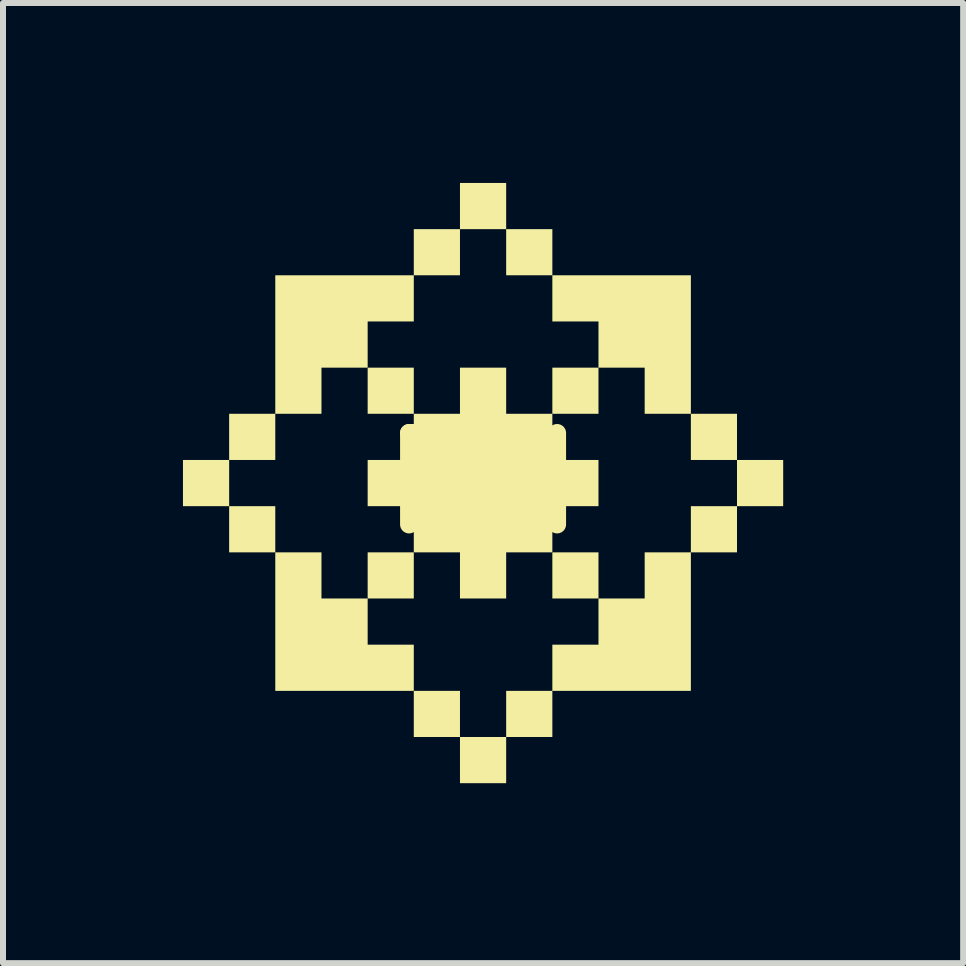
<source format=kicad_pcb>
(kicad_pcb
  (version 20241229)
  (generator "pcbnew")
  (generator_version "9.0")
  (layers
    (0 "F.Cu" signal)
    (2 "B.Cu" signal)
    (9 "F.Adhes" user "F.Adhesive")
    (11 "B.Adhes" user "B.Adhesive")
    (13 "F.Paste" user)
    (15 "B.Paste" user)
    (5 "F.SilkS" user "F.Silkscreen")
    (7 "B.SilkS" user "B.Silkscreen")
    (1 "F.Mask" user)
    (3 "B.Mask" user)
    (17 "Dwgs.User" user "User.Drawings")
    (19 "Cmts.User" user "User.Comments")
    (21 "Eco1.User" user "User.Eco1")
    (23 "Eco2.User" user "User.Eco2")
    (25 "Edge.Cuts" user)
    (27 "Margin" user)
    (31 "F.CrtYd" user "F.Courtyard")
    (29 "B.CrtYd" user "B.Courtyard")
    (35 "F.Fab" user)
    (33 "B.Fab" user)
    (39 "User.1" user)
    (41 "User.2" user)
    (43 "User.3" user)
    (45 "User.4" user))
  (footprint "FTI"
    (layer "F.Cu")
    (at 5.003 5.003)
    (property "Reference" "FTI" (at 0 0 0) (layer "F.SilkS") (effects (font (size 1.524 1.524) (thickness 0.3))))
    (attr board_only exclude_from_pos_files exclude_from_bom)
    (fp_poly (pts (xy -1.155 -1.155) (xy -1.924 -1.155) (xy -1.924 -1.924) (xy -1.155 -1.924)) (stroke (width 0) (type solid)) (fill yes) (layer "F.SilkS"))
    (fp_poly (pts (xy -1.155 1.924) (xy -1.924 1.924) (xy -1.924 1.155) (xy -1.155 1.155)) (stroke (width 0) (type solid)) (fill yes) (layer "F.SilkS"))
    (fp_poly (pts (xy 1.924 -1.155) (xy 1.155 -1.155) (xy 1.155 -1.924) (xy 1.924 -1.924)) (stroke (width 0) (type solid)) (fill yes) (layer "F.SilkS"))
    (fp_poly (pts (xy 1.924 1.924) (xy 1.155 1.924) (xy 1.155 1.155) (xy 1.924 1.155)) (stroke (width 0) (type solid)) (fill yes) (layer "F.SilkS"))
    (fp_poly (pts (xy -1.155 0.385) (xy -1.924 0.385) (xy -1.924 -0.385) (xy -1.155 -0.385) (xy -1.155 -1.155) (xy -0.385 -1.155) (xy -0.385 -1.924) (xy 0.385 -1.924) (xy 0.385 -1.155) (xy 1.155 -1.155) (xy 1.155 -0.385) (xy 1.924 -0.385) (xy 1.924 0.385) (xy 1.155 0.385) (xy 1.155 1.155) (xy 0.385 1.155) (xy 0.385 1.924) (xy -0.385 1.924) (xy -0.385 1.155) (xy -1.155 1.155)) (stroke (width 0) (type solid)) (fill yes) (layer "F.SilkS"))
    (fp_poly (pts (xy 1.155 -4.233) (xy 1.155 -3.464) (xy 3.464 -3.464) (xy 3.464 -1.155) (xy 4.233 -1.155) (xy 4.233 -0.385) (xy 5.003 -0.385) (xy 5.003 0.385) (xy 4.233 0.385) (xy 4.233 1.155) (xy 3.464 1.155) (xy 3.464 3.464) (xy 1.155 3.464) (xy 1.155 4.233) (xy 0.385 4.233) (xy 0.385 5.003) (xy -0.385 5.003) (xy -0.385 4.233) (xy -1.155 4.233) (xy -1.155 3.464) (xy -3.464 3.464) (xy -3.464 1.155) (xy -4.233 1.155) (xy -4.233 0.385) (xy -3.464 0.385) (xy -3.464 1.155) (xy -2.694 1.155) (xy -2.694 1.924) (xy -1.924 1.924) (xy -1.924 2.694) (xy -1.155 2.694) (xy -1.155 3.464) (xy -0.385 3.464) (xy -0.385 4.233) (xy 0.385 4.233) (xy 0.385 3.464) (xy 1.155 3.464) (xy 1.155 2.694) (xy 1.924 2.694) (xy 1.924 1.924) (xy 2.694 1.924) (xy 2.694 1.155) (xy 3.464 1.155) (xy 3.464 0.385) (xy 4.233 0.385) (xy 4.233 -0.385) (xy 3.464 -0.385) (xy 3.464 -1.155) (xy 2.694 -1.155) (xy 2.694 -1.924) (xy 1.924 -1.924) (xy 1.924 -2.694) (xy 1.155 -2.694) (xy 1.155 -3.464) (xy 0.385 -3.464) (xy 0.385 -4.233) (xy -0.385 -4.233) (xy -0.385 -3.464) (xy -1.155 -3.464) (xy -1.155 -2.694) (xy -1.924 -2.694) (xy -1.924 -1.924) (xy -2.694 -1.924) (xy -2.694 -1.155) (xy -3.464 -1.155) (xy -3.464 -0.385) (xy -4.233 -0.385) (xy -4.233 0.385) (xy -5.003 0.385) (xy -5.003 -0.385) (xy -4.233 -0.385) (xy -4.233 -1.155) (xy -3.464 -1.155) (xy -3.464 -3.464) (xy -1.155 -3.464) (xy -1.155 -4.233) (xy -0.385 -4.233) (xy -0.385 -5.003) (xy 0.385 -5.003) (xy 0.385 -4.233)) (stroke (width 0) (type solid)) (fill yes) (layer "F.SilkS")))
  (gr_rect
    (start -3 -3)
    (end 13.006 13.006)
    (stroke (width 0.1) (type default))
    (fill no)
    (layer "Edge.Cuts")))
</source>
